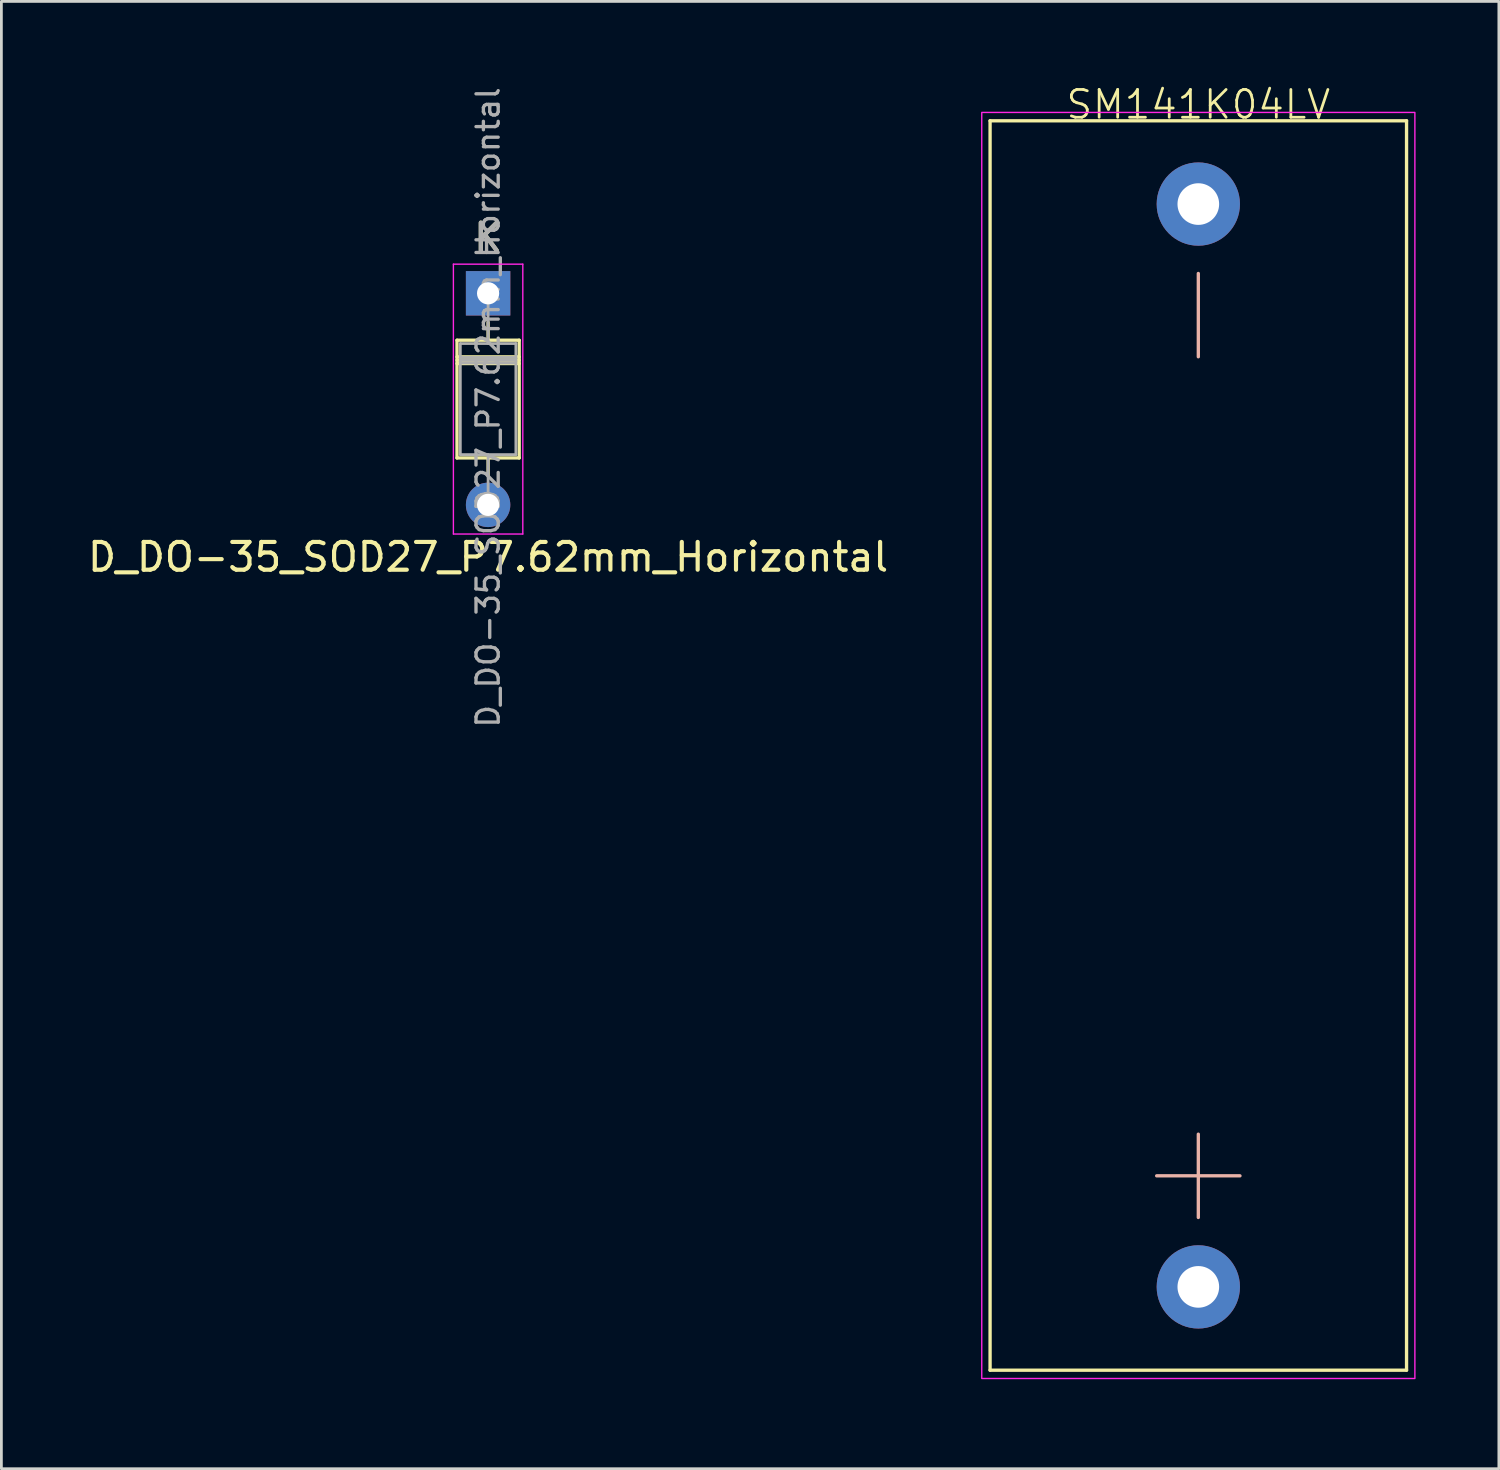
<source format=kicad_pcb>
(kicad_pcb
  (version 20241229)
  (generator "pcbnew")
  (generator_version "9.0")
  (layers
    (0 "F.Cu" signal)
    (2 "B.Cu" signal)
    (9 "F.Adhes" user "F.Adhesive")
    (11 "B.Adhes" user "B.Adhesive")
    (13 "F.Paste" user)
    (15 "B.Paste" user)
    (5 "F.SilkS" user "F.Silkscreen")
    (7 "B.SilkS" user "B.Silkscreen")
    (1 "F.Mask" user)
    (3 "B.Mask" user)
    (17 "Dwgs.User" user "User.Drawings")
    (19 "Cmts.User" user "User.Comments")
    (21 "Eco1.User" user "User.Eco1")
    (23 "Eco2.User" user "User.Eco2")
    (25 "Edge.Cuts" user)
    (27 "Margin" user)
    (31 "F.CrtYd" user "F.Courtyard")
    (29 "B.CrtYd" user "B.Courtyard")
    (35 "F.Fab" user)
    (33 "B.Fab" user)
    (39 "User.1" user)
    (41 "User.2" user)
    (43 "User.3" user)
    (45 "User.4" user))
  (footprint "D_DO-35_SOD27_P7.62mm_Horizontal"
    (layer "F.Cu")
    (at 14.53 15.514)
    (property "Reference" "D_DO-35_SOD27_P7.62mm_Horizontal" (at 0 1.5 0) (layer "F.SilkS") (effects (font (size 1 1) (thickness 0.15))))
    (attr through_hole)
    (fp_line (start -1.12 -6.31) (end -1.12 -2.07) (stroke (width 0.12) (type solid)) (layer "F.SilkS"))
    (fp_line (start -1.12 -2.07) (end 1.12 -2.07) (stroke (width 0.12) (type solid)) (layer "F.SilkS"))
    (fp_line (start 0 -6.96) (end 0 -6.31) (stroke (width 0.12) (type solid)) (layer "F.SilkS"))
    (fp_line (start 0 -1.42) (end 0 -2.07) (stroke (width 0.12) (type solid)) (layer "F.SilkS"))
    (fp_line (start 1.12 -6.31) (end -1.12 -6.31) (stroke (width 0.12) (type solid)) (layer "F.SilkS"))
    (fp_line (start 1.12 -5.71) (end -1.12 -5.71) (stroke (width 0.12) (type solid)) (layer "F.SilkS"))
    (fp_line (start 1.12 -5.59) (end -1.12 -5.59) (stroke (width 0.12) (type solid)) (layer "F.SilkS"))
    (fp_line (start 1.12 -5.47) (end -1.12 -5.47) (stroke (width 0.12) (type solid)) (layer "F.SilkS"))
    (fp_line (start 1.12 -2.07) (end 1.12 -6.31) (stroke (width 0.12) (type solid)) (layer "F.SilkS"))
    (fp_line (start -1.25 -9.05) (end -1.25 0.67) (stroke (width 0.05) (type solid)) (layer "F.CrtYd"))
    (fp_line (start -1.25 0.67) (end 1.25 0.67) (stroke (width 0.05) (type solid)) (layer "F.CrtYd"))
    (fp_line (start 1.25 -9.05) (end -1.25 -9.05) (stroke (width 0.05) (type solid)) (layer "F.CrtYd"))
    (fp_line (start 1.25 0.67) (end 1.25 -9.05) (stroke (width 0.05) (type solid)) (layer "F.CrtYd"))
    (fp_line (start -1 -6.19) (end -1 -2.19) (stroke (width 0.1) (type solid)) (layer "F.Fab"))
    (fp_line (start -1 -2.19) (end 1 -2.19) (stroke (width 0.1) (type solid)) (layer "F.Fab"))
    (fp_line (start 0 -8) (end 0 -6.19) (stroke (width 0.1) (type solid)) (layer "F.Fab"))
    (fp_line (start 0 -0.38) (end 0 -2.19) (stroke (width 0.1) (type solid)) (layer "F.Fab"))
    (fp_line (start 1 -6.19) (end -1 -6.19) (stroke (width 0.1) (type solid)) (layer "F.Fab"))
    (fp_line (start 1 -5.69) (end -1 -5.69) (stroke (width 0.1) (type solid)) (layer "F.Fab"))
    (fp_line (start 1 -5.59) (end -1 -5.59) (stroke (width 0.1) (type solid)) (layer "F.Fab"))
    (fp_line (start 1 -5.49) (end -1 -5.49) (stroke (width 0.1) (type solid)) (layer "F.Fab"))
    (fp_line (start 1 -2.19) (end 1 -6.19) (stroke (width 0.1) (type solid)) (layer "F.Fab"))
    (fp_text user "K" (at 0 -10 0) (layer "F.SilkS") (effects (font (size 1 1) (thickness 0.15))))
    (fp_text user "K" (at 0 -10 0) (layer "F.Fab") (effects (font (size 1 1) (thickness 0.15))))
    (fp_text user "${REFERENCE}" (at 0 -3.89 270) (layer "F.Fab") (effects (font (size 0.8 0.8) (thickness 0.12))))
    (pad "1" thru_hole rect (at 0 -8 270) (size 1.6 1.6) (drill 0.8) (layers "*.Cu" "*.Mask"))
    (pad "2" thru_hole oval (at 0 -0.38 270) (size 1.6 1.6) (drill 0.8) (layers "*.Cu" "*.Mask")))
  (footprint "SM141K04LV"
    (layer "F.Cu")
    (at 32.31 46.6)
    (property "Reference" "SM141K04LV" (at 7.8 -45.3 0) (unlocked yes) (layer "F.SilkS") (effects (font (size 1 1) (thickness 0.1)) (justify bottom)))
    (attr smd)
    (fp_line (start 0.3 -0.3) (end 0.3 -45.3) (stroke (width 0.12) (type solid)) (layer "F.SilkS"))
    (fp_line (start 15.3 -45.3) (end 0.3 -45.3) (stroke (width 0.12) (type solid)) (layer "F.SilkS"))
    (fp_line (start 15.3 -45.3) (end 15.3 -0.3) (stroke (width 0.12) (type solid)) (layer "F.SilkS"))
    (fp_line (start 15.3 -0.3) (end 0.3 -0.3) (stroke (width 0.12) (type solid)) (layer "F.SilkS"))
    (fp_line (start 7.8 -36.8) (end 7.8 -39.8) (stroke (width 0.12) (type solid)) (layer "B.SilkS"))
    (fp_line (start 7.8 -5.8) (end 7.8 -8.8) (stroke (width 0.12) (type solid)) (layer "B.SilkS"))
    (fp_line (start 9.3 -7.3) (end 6.3 -7.3) (stroke (width 0.12) (type solid)) (layer "B.SilkS"))
    (fp_rect (start 0 -45.6) (end 15.6 0) (stroke (width 0.05) (type default)) (fill no) (layer "F.CrtYd"))
    (pad "1" thru_hole circle (at 7.8 -3.3 90) (size 3 3) (drill 1.5) (layers "*.Cu" "F.Mask" "F.Paste"))
    (pad "2" thru_hole circle (at 7.8 -42.3 90) (size 3 3) (drill 1.5) (layers "*.Cu" "F.Mask" "F.Paste")))
  (gr_rect
    (start -3 -3)
    (end 50.935 49.85)
    (stroke (width 0.1) (type default))
    (fill no)
    (layer "Edge.Cuts")))
</source>
